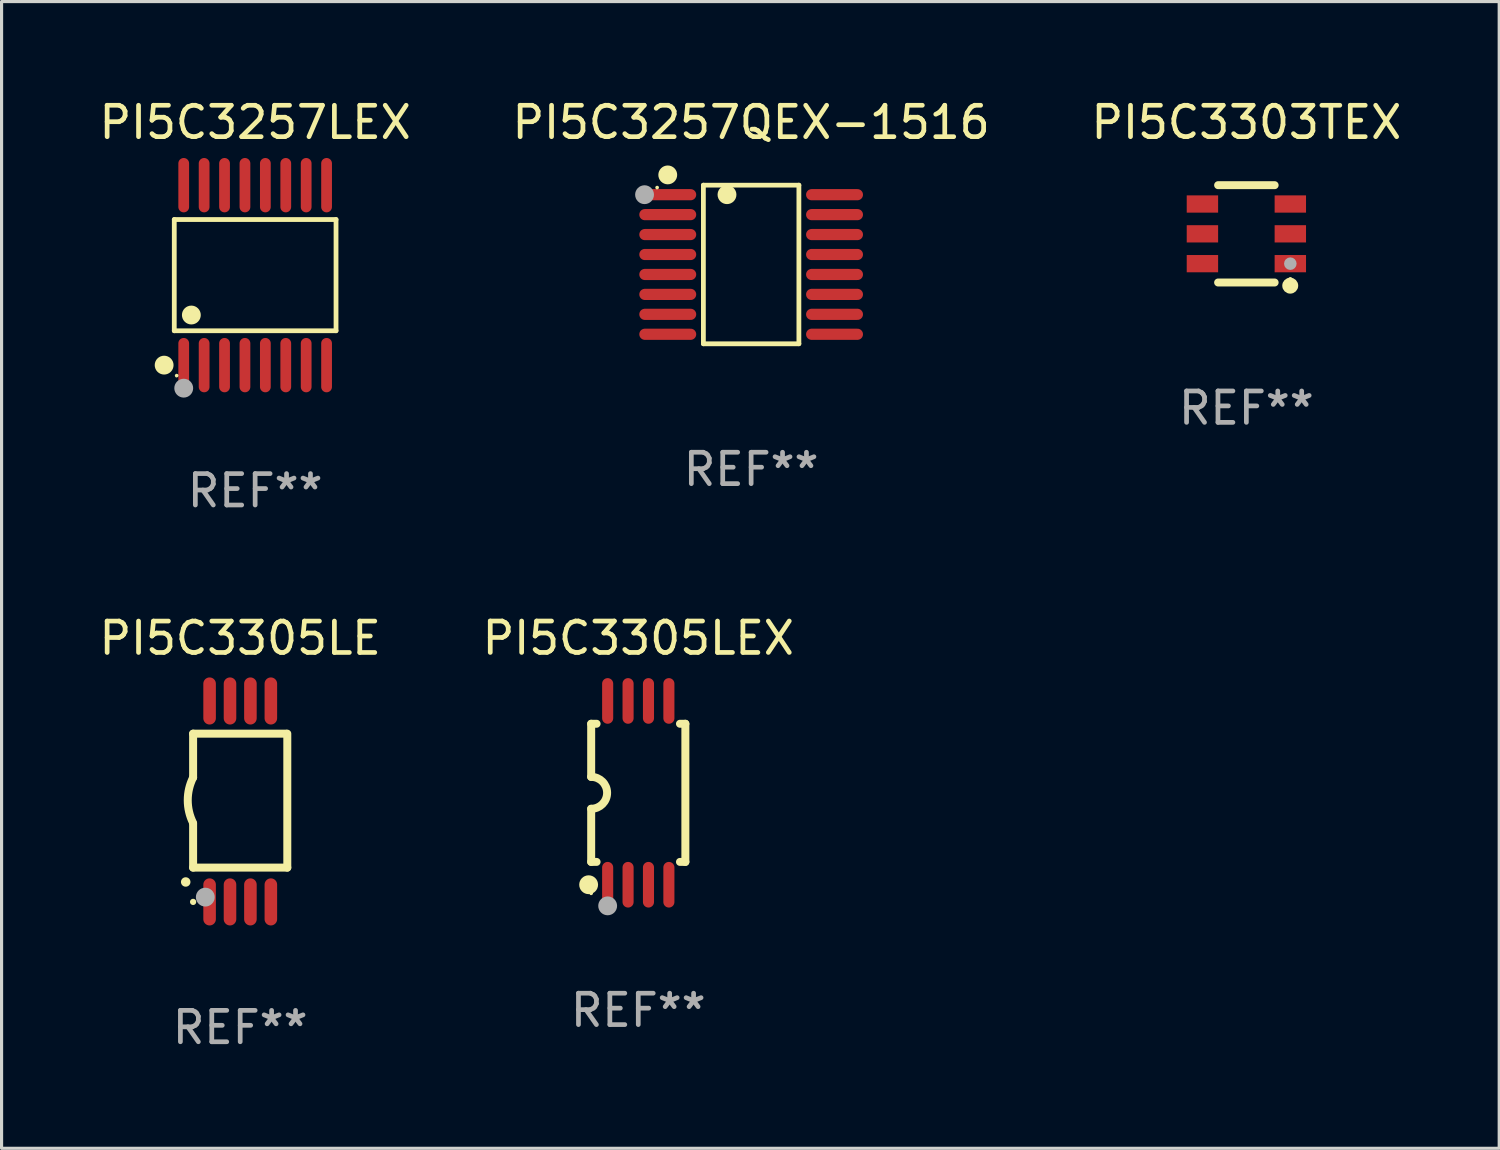
<source format=kicad_pcb>
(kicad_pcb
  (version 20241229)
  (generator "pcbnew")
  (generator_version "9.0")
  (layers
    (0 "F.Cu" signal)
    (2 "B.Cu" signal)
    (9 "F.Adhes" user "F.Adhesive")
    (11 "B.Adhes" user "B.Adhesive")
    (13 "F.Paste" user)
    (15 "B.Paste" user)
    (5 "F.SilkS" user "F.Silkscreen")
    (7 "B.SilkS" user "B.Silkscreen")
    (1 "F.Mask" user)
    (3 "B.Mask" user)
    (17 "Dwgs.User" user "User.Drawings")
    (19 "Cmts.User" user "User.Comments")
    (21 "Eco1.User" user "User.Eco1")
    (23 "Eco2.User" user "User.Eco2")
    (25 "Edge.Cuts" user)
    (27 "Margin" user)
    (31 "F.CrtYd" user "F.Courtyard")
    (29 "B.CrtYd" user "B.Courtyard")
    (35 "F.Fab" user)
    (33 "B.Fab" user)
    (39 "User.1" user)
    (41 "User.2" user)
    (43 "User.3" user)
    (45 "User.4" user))
  (footprint "PI5C3305LE"
    (layer "F.Cu")
    (at 4.601 22.477)
    (property "Reference" "PI5C3305LE" (at 0 -5.2 0) (layer "F.SilkS") (effects (font (size 1 1) (thickness 0.15))))
    (attr through_hole)
    (fp_line (start -1.5 -0.762) (end -1.5 -2.159) (stroke (width 0.254) (type solid)) (layer "F.SilkS"))
    (fp_line (start -1.5 2.108) (end -1.5 0.711) (stroke (width 0.254) (type solid)) (layer "F.SilkS"))
    (fp_line (start -1.5 2.108) (end 1.5 2.108) (stroke (width 0.254) (type solid)) (layer "F.SilkS"))
    (fp_line (start 1.463 -2.159) (end -1.5 -2.159) (stroke (width 0.254) (type solid)) (layer "F.SilkS"))
    (fp_line (start 1.5 2.108) (end 1.5 -2.159) (stroke (width 0.254) (type solid)) (layer "F.SilkS"))
    (fp_arc (start -1.737287 2.565405) (mid -1.736017 2.5654) (end -1.734747 2.565405) (stroke (width 0.3) (type solid)) (layer "F.SilkS"))
    (fp_arc (start -1.500076 0.685801) (mid -1.670966 -0.0381) (end -1.500076 -0.762002) (stroke (width 0.254001) (type solid)) (layer "F.SilkS"))
    (fp_circle (center -1.5 3.2) (end -1.45 3.2) (stroke (width 0.1) (type solid)) (fill no) (layer "F.SilkS"))
    (fp_circle (center -1.112 3.048) (end -0.962 3.048) (stroke (width 0.3) (type solid)) (fill no) (layer "F.Fab"))
    (fp_text user "REF**" (at 0 7.2 0) (layer "F.Fab") (effects (font (size 1 1) (thickness 0.15))))
    (pad "1" smd oval (at -0.975 3.2 180) (size 0.4 1.5) (layers "F.Cu" "F.Mask" "F.Paste"))
    (pad "2" smd oval (at -0.325 3.2 180) (size 0.4 1.5) (layers "F.Cu" "F.Mask" "F.Paste"))
    (pad "3" smd oval (at 0.325 3.2 180) (size 0.4 1.5) (layers "F.Cu" "F.Mask" "F.Paste"))
    (pad "4" smd oval (at 0.976 3.2 180) (size 0.4 1.5) (layers "F.Cu" "F.Mask" "F.Paste"))
    (pad "5" smd oval (at 0.976 -3.2 180) (size 0.4 1.5) (layers "F.Cu" "F.Mask" "F.Paste"))
    (pad "6" smd oval (at 0.325 -3.2 180) (size 0.4 1.5) (layers "F.Cu" "F.Mask" "F.Paste"))
    (pad "7" smd oval (at -0.325 -3.2 180) (size 0.4 1.5) (layers "F.Cu" "F.Mask" "F.Paste"))
    (pad "8" smd oval (at -0.975 -3.2 180) (size 0.4 1.5) (layers "F.Cu" "F.Mask" "F.Paste")))
  (footprint "PI5C3257QEX-1516"
    (layer "F.Cu")
    (at 20.875 5.374)
    (property "Reference" "PI5C3257QEX-1516" (at 0 -4.526 0) (layer "F.SilkS") (effects (font (size 1 1) (thickness 0.15))))
    (attr through_hole)
    (fp_line (start -1.521 -2.526) (end 1.521 -2.526) (stroke (width 0.152) (type solid)) (layer "F.SilkS"))
    (fp_line (start -1.521 2.526) (end -1.521 -2.526) (stroke (width 0.152) (type solid)) (layer "F.SilkS"))
    (fp_line (start 1.521 -2.526) (end 1.521 2.526) (stroke (width 0.152) (type solid)) (layer "F.SilkS"))
    (fp_line (start 1.521 2.526) (end -1.521 2.526) (stroke (width 0.152) (type solid)) (layer "F.SilkS"))
    (fp_circle (center -2.995 -2.45) (end -2.965 -2.45) (stroke (width 0.06) (type solid)) (fill no) (layer "F.SilkS"))
    (fp_circle (center -2.656 -2.853) (end -2.506 -2.853) (stroke (width 0.3) (type solid)) (fill no) (layer "F.SilkS"))
    (fp_circle (center -0.769 -2.223) (end -0.619 -2.223) (stroke (width 0.3) (type solid)) (fill no) (layer "F.SilkS"))
    (fp_circle (center -3.395 -2.223) (end -3.245 -2.223) (stroke (width 0.3) (type solid)) (fill no) (layer "F.Fab"))
    (fp_text user "REF**" (at 0 6.526 0) (layer "F.Fab") (effects (font (size 1 1) (thickness 0.15))))
    (pad "1" smd oval (at -2.656 -2.223 270) (size 0.356 1.813) (layers "F.Cu" "F.Mask" "F.Paste"))
    (pad "2" smd oval (at -2.656 -1.588 270) (size 0.356 1.813) (layers "F.Cu" "F.Mask" "F.Paste"))
    (pad "3" smd oval (at -2.656 -0.953 270) (size 0.356 1.813) (layers "F.Cu" "F.Mask" "F.Paste"))
    (pad "4" smd oval (at -2.656 -0.318 270) (size 0.356 1.813) (layers "F.Cu" "F.Mask" "F.Paste"))
    (pad "5" smd oval (at -2.656 0.318 270) (size 0.356 1.813) (layers "F.Cu" "F.Mask" "F.Paste"))
    (pad "6" smd oval (at -2.656 0.953 270) (size 0.356 1.813) (layers "F.Cu" "F.Mask" "F.Paste"))
    (pad "7" smd oval (at -2.656 1.588 270) (size 0.356 1.813) (layers "F.Cu" "F.Mask" "F.Paste"))
    (pad "8" smd oval (at -2.656 2.223 270) (size 0.356 1.813) (layers "F.Cu" "F.Mask" "F.Paste"))
    (pad "9" smd oval (at 2.656 2.223 270) (size 0.356 1.813) (layers "F.Cu" "F.Mask" "F.Paste"))
    (pad "10" smd oval (at 2.656 1.588 270) (size 0.356 1.813) (layers "F.Cu" "F.Mask" "F.Paste"))
    (pad "11" smd oval (at 2.656 0.953 270) (size 0.356 1.813) (layers "F.Cu" "F.Mask" "F.Paste"))
    (pad "12" smd oval (at 2.656 0.318 270) (size 0.356 1.813) (layers "F.Cu" "F.Mask" "F.Paste"))
    (pad "13" smd oval (at 2.656 -0.318 270) (size 0.356 1.813) (layers "F.Cu" "F.Mask" "F.Paste"))
    (pad "14" smd oval (at 2.656 -0.953 270) (size 0.356 1.813) (layers "F.Cu" "F.Mask" "F.Paste"))
    (pad "15" smd oval (at 2.656 -1.588 270) (size 0.356 1.813) (layers "F.Cu" "F.Mask" "F.Paste"))
    (pad "16" smd oval (at 2.656 -2.223 270) (size 0.356 1.813) (layers "F.Cu" "F.Mask" "F.Paste")))
  (footprint "PI5C3257LEX"
    (layer "F.Cu")
    (at 5.077 5.714)
    (property "Reference" "PI5C3257LEX" (at 0 -4.866 0) (layer "F.SilkS") (effects (font (size 1 1) (thickness 0.15))))
    (attr through_hole)
    (fp_line (start -2.576 -1.772) (end 2.576 -1.772) (stroke (width 0.152) (type solid)) (layer "F.SilkS"))
    (fp_line (start -2.576 1.771) (end -2.576 -1.772) (stroke (width 0.152) (type solid)) (layer "F.SilkS"))
    (fp_line (start 2.576 -1.772) (end 2.576 1.771) (stroke (width 0.152) (type solid)) (layer "F.SilkS"))
    (fp_line (start 2.576 1.771) (end -2.576 1.771) (stroke (width 0.152) (type solid)) (layer "F.SilkS"))
    (fp_circle (center -2.899 2.866) (end -2.749 2.866) (stroke (width 0.3) (type solid)) (fill no) (layer "F.SilkS"))
    (fp_circle (center -2.5 3.2) (end -2.47 3.2) (stroke (width 0.06) (type solid)) (fill no) (layer "F.SilkS"))
    (fp_circle (center -2.032 1.27) (end -1.882 1.27) (stroke (width 0.3) (type solid)) (fill no) (layer "F.SilkS"))
    (fp_circle (center -2.275 3.6) (end -2.125 3.6) (stroke (width 0.3) (type solid)) (fill no) (layer "F.Fab"))
    (fp_text user "REF**" (at 0 6.866 0) (layer "F.Fab") (effects (font (size 1 1) (thickness 0.15))))
    (pad "1" smd oval (at -2.275 2.866) (size 0.343 1.731) (layers "F.Cu" "F.Mask" "F.Paste"))
    (pad "2" smd oval (at -1.625 2.866) (size 0.343 1.731) (layers "F.Cu" "F.Mask" "F.Paste"))
    (pad "3" smd oval (at -0.975 2.866) (size 0.343 1.731) (layers "F.Cu" "F.Mask" "F.Paste"))
    (pad "4" smd oval (at -0.325 2.866) (size 0.343 1.731) (layers "F.Cu" "F.Mask" "F.Paste"))
    (pad "5" smd oval (at 0.325 2.866) (size 0.343 1.731) (layers "F.Cu" "F.Mask" "F.Paste"))
    (pad "6" smd oval (at 0.975 2.866) (size 0.343 1.731) (layers "F.Cu" "F.Mask" "F.Paste"))
    (pad "7" smd oval (at 1.625 2.866) (size 0.343 1.731) (layers "F.Cu" "F.Mask" "F.Paste"))
    (pad "8" smd oval (at 2.275 2.866) (size 0.343 1.731) (layers "F.Cu" "F.Mask" "F.Paste"))
    (pad "9" smd oval (at 2.275 -2.866) (size 0.343 1.731) (layers "F.Cu" "F.Mask" "F.Paste"))
    (pad "10" smd oval (at 1.625 -2.866) (size 0.343 1.731) (layers "F.Cu" "F.Mask" "F.Paste"))
    (pad "11" smd oval (at 0.975 -2.866) (size 0.343 1.731) (layers "F.Cu" "F.Mask" "F.Paste"))
    (pad "12" smd oval (at 0.325 -2.866) (size 0.343 1.731) (layers "F.Cu" "F.Mask" "F.Paste"))
    (pad "13" smd oval (at -0.325 -2.866) (size 0.343 1.731) (layers "F.Cu" "F.Mask" "F.Paste"))
    (pad "14" smd oval (at -0.975 -2.866) (size 0.343 1.731) (layers "F.Cu" "F.Mask" "F.Paste"))
    (pad "15" smd oval (at -1.625 -2.866) (size 0.343 1.731) (layers "F.Cu" "F.Mask" "F.Paste"))
    (pad "16" smd oval (at -2.275 -2.866) (size 0.343 1.731) (layers "F.Cu" "F.Mask" "F.Paste")))
  (footprint "PI5C3303TEX"
    (layer "F.Cu")
    (at 36.649 4.398)
    (property "Reference" "PI5C3303TEX" (at 0 -3.55 0) (layer "F.SilkS") (effects (font (size 1 1) (thickness 0.15))))
    (attr through_hole)
    (fp_line (start -0.9 -1.55) (end 0.9 -1.55) (stroke (width 0.254) (type solid)) (layer "F.SilkS"))
    (fp_line (start -0.9 1.55) (end 0.9 1.55) (stroke (width 0.254) (type solid)) (layer "F.SilkS"))
    (fp_circle (center 1.397 1.651) (end 1.524 1.651) (stroke (width 0.254) (type solid)) (fill no) (layer "F.SilkS"))
    (fp_circle (center 1.4 1.435) (end 1.43 1.435) (stroke (width 0.06) (type solid)) (fill no) (layer "F.SilkS"))
    (fp_circle (center 1.4 0.95) (end 1.5 0.95) (stroke (width 0.2) (type solid)) (fill no) (layer "F.Fab"))
    (fp_text user "REF**" (at 0 5.55 0) (layer "F.Fab") (effects (font (size 1 1) (thickness 0.15))))
    (pad "1" smd rect (at 1.4 0.95) (size 1 0.55) (layers "F.Cu" "F.Mask" "F.Paste"))
    (pad "2" smd rect (at 1.4 -0.000102) (size 1 0.55) (layers "F.Cu" "F.Mask" "F.Paste"))
    (pad "3" smd rect (at 1.4 -0.95) (size 1 0.55) (layers "F.Cu" "F.Mask" "F.Paste"))
    (pad "4" smd rect (at -1.4 -0.95) (size 1 0.55) (layers "F.Cu" "F.Mask" "F.Paste"))
    (pad "5" smd rect (at -1.4 -0.000102) (size 1 0.55) (layers "F.Cu" "F.Mask" "F.Paste"))
    (pad "6" smd rect (at -1.4 0.95) (size 1 0.55) (layers "F.Cu" "F.Mask" "F.Paste")))
  (footprint "PI5C3305LEX"
    (layer "F.Cu")
    (at 17.28 22.203)
    (property "Reference" "PI5C3305LEX" (at 0 -4.927 0) (layer "F.SilkS") (effects (font (size 1 1) (thickness 0.15))))
    (attr through_hole)
    (fp_line (start -1.5 -2.2) (end -1.5 -0.508) (stroke (width 0.254) (type solid)) (layer "F.SilkS"))
    (fp_line (start -1.5 -2.2) (end -1.328 -2.2) (stroke (width 0.254) (type solid)) (layer "F.SilkS"))
    (fp_line (start -1.5 2.2) (end -1.5 0.508) (stroke (width 0.254) (type solid)) (layer "F.SilkS"))
    (fp_line (start -1.5 2.2) (end -1.328 2.2) (stroke (width 0.254) (type solid)) (layer "F.SilkS"))
    (fp_line (start 1.328 -2.2) (end 1.5 -2.2) (stroke (width 0.254) (type solid)) (layer "F.SilkS"))
    (fp_line (start 1.328 2.2) (end 1.5 2.2) (stroke (width 0.254) (type solid)) (layer "F.SilkS"))
    (fp_line (start 1.5 -2.2) (end 1.5 2.2) (stroke (width 0.254) (type solid)) (layer "F.SilkS"))
    (fp_arc (start -1.501144 -0.508) (mid -0.993143 -0.000571) (end -1.5 0.508001) (stroke (width 0.254001) (type solid)) (layer "F.SilkS"))
    (fp_circle (center -1.581 2.927) (end -1.431 2.927) (stroke (width 0.3) (type solid)) (fill no) (layer "F.SilkS"))
    (fp_circle (center -1.5 3.2) (end -1.47 3.2) (stroke (width 0.06) (type solid)) (fill no) (layer "F.SilkS"))
    (fp_circle (center -0.975 3.6) (end -0.825 3.6) (stroke (width 0.3) (type solid)) (fill no) (layer "F.Fab"))
    (fp_text user "REF**" (at 0 6.927 0) (layer "F.Fab") (effects (font (size 1 1) (thickness 0.15))))
    (pad "1" smd oval (at -0.975 2.927) (size 0.353 1.454) (layers "F.Cu" "F.Mask" "F.Paste"))
    (pad "2" smd oval (at -0.325 2.927) (size 0.353 1.454) (layers "F.Cu" "F.Mask" "F.Paste"))
    (pad "3" smd oval (at 0.325 2.927) (size 0.353 1.454) (layers "F.Cu" "F.Mask" "F.Paste"))
    (pad "4" smd oval (at 0.975 2.927) (size 0.353 1.454) (layers "F.Cu" "F.Mask" "F.Paste"))
    (pad "5" smd oval (at 0.975 -2.927) (size 0.353 1.454) (layers "F.Cu" "F.Mask" "F.Paste"))
    (pad "6" smd oval (at 0.325 -2.927) (size 0.353 1.454) (layers "F.Cu" "F.Mask" "F.Paste"))
    (pad "7" smd oval (at -0.325 -2.927) (size 0.353 1.454) (layers "F.Cu" "F.Mask" "F.Paste"))
    (pad "8" smd oval (at -0.975 -2.927) (size 0.353 1.454) (layers "F.Cu" "F.Mask" "F.Paste")))
  (gr_rect
    (start -3 -3)
    (end 44.702 33.525)
    (stroke (width 0.1) (type default))
    (fill no)
    (layer "Edge.Cuts")))
</source>
